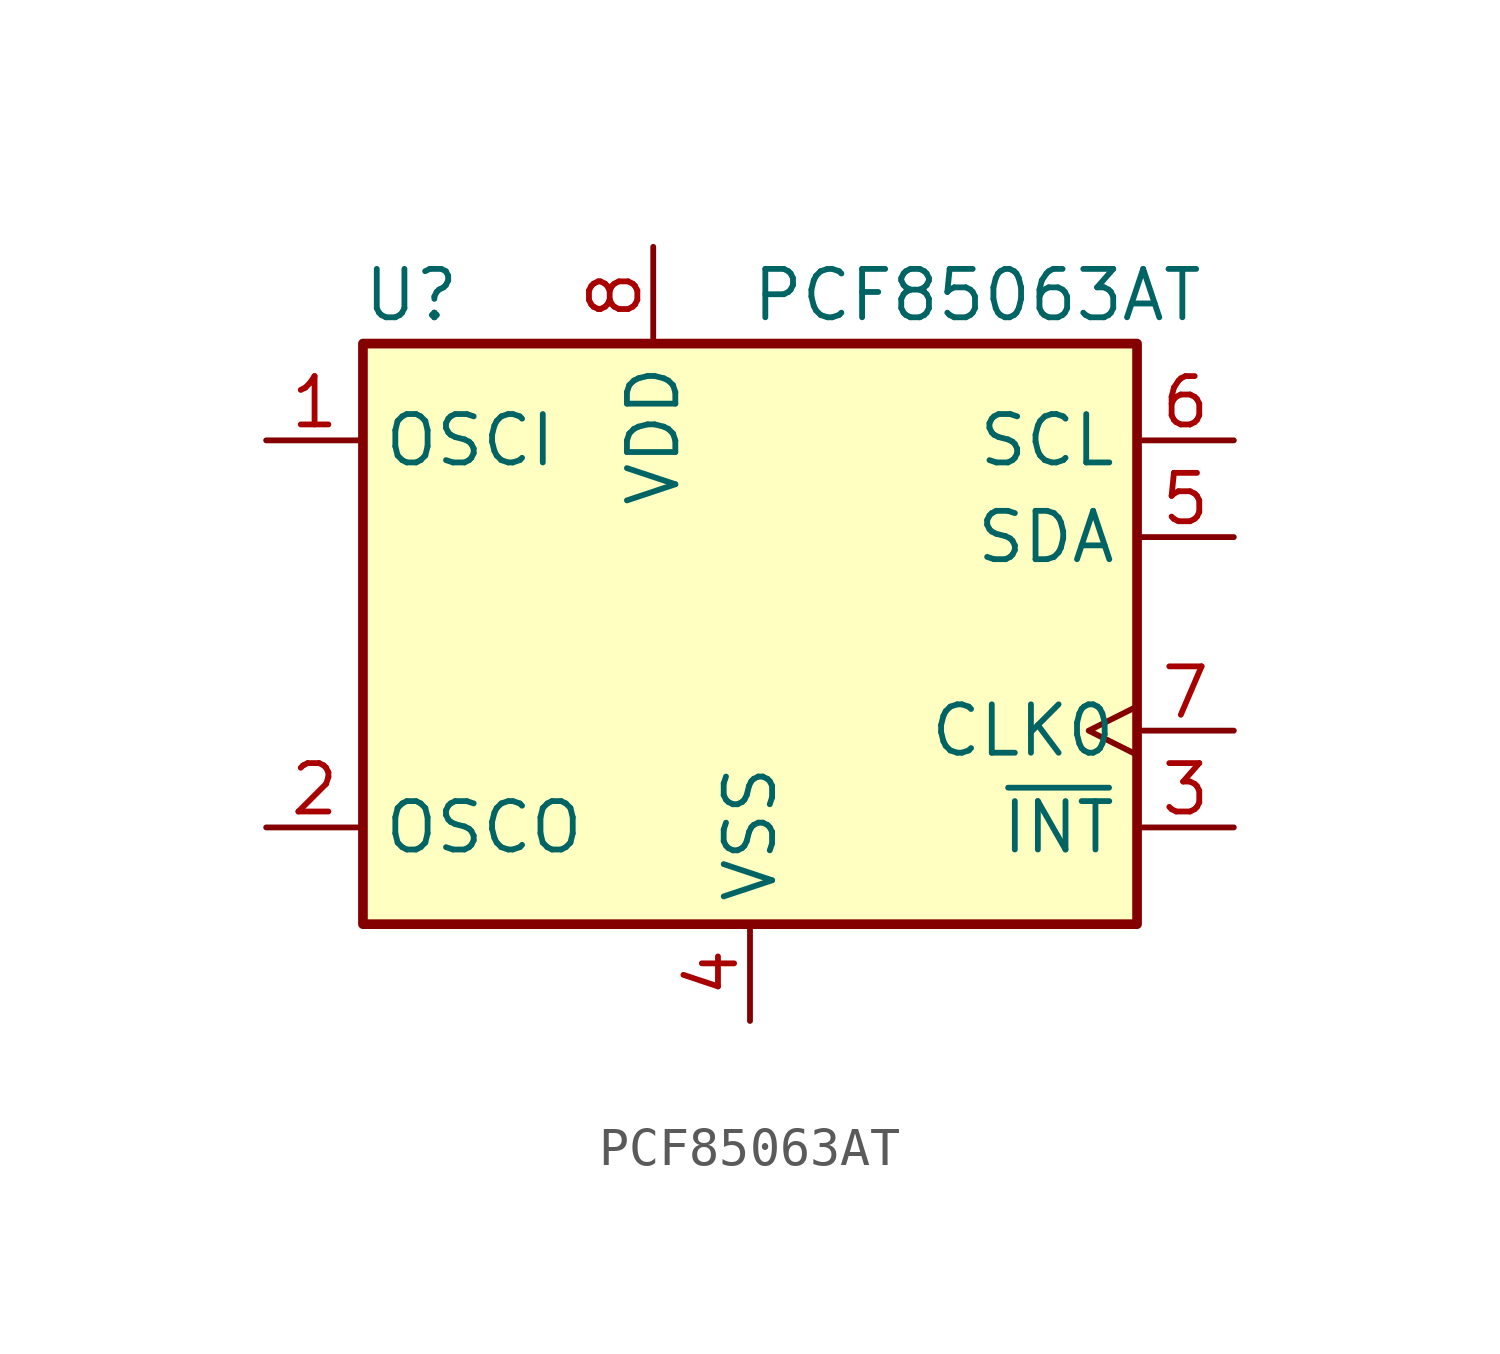
<source format=kicad_sym>
(kicad_symbol_lib
  (version 20211014)
  (generator kicad_symbol_editor)
  (symbol "PCF85063AT"
    (property "Reference" "U"
      (at -8.89 8.89 0)
      (effects (font (size 1.27 1.27))))
    (property "Value" "PCF85063AT"
      (at 0 8.89 0)
      (effects (font (size 1.27 1.27)) (justify left)))
    (symbol "PCF85063AT_0_1"
      (rectangle (start -10.16 7.62) (end 10.16 -7.62) (stroke (width 0.254) (type default) (color 0 0 0 0)) (fill (type background))))
    (symbol "PCF85063AT_1_1"
      (pin input line (at -12.7 5.08 0) (length 2.54) (name "OSCI" (effects (font (size 1.27 1.27)))) (number "1" (effects (font (size 1.27 1.27)))))
      (pin output line (at -12.7 -5.08 0) (length 2.54) (name "OSCO" (effects (font (size 1.27 1.27)))) (number "2" (effects (font (size 1.27 1.27)))))
      (pin open_collector line (at 12.7 -5.08 180) (length 2.54) (name "~{INT}" (effects (font (size 1.27 1.27)))) (number "3" (effects (font (size 1.27 1.27)))))
      (pin power_in line (at 0 -10.16 90) (length 2.54) (name "VSS" (effects (font (size 1.27 1.27)))) (number "4" (effects (font (size 1.27 1.27)))))
      (pin bidirectional line (at 12.7 2.54 180) (length 2.54) (name "SDA" (effects (font (size 1.27 1.27)))) (number "5" (effects (font (size 1.27 1.27)))))
      (pin input line (at 12.7 5.08 180) (length 2.54) (name "SCL" (effects (font (size 1.27 1.27)))) (number "6" (effects (font (size 1.27 1.27)))))
      (pin input clock (at 12.7 -2.54 180) (length 2.54) (name "CLK0" (effects (font (size 1.27 1.27)))) (number "7" (effects (font (size 1.27 1.27)))))
      (pin power_in line (at -2.54 10.16 270) (length 2.54) (name "VDD" (effects (font (size 1.27 1.27)))) (number "8" (effects (font (size 1.27 1.27))))))))
</source>
